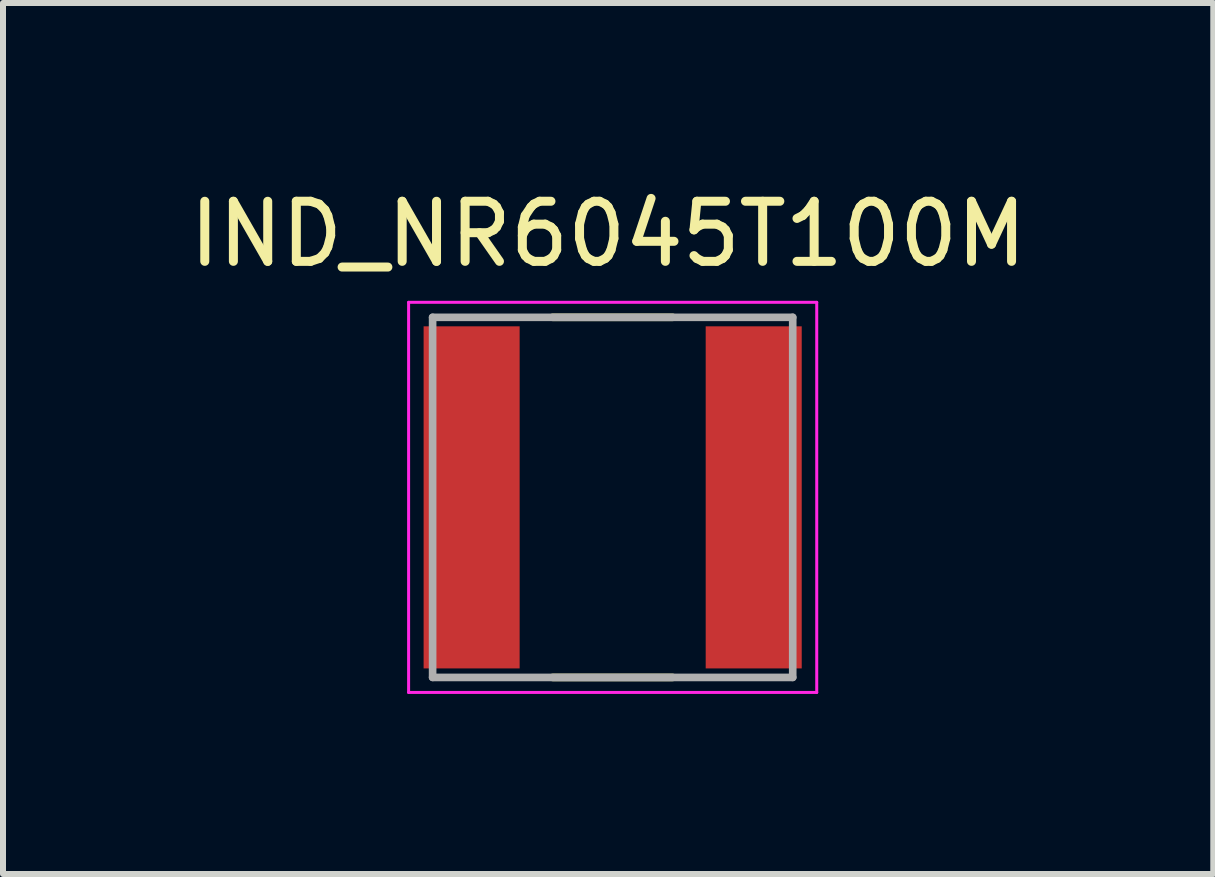
<source format=kicad_pcb>
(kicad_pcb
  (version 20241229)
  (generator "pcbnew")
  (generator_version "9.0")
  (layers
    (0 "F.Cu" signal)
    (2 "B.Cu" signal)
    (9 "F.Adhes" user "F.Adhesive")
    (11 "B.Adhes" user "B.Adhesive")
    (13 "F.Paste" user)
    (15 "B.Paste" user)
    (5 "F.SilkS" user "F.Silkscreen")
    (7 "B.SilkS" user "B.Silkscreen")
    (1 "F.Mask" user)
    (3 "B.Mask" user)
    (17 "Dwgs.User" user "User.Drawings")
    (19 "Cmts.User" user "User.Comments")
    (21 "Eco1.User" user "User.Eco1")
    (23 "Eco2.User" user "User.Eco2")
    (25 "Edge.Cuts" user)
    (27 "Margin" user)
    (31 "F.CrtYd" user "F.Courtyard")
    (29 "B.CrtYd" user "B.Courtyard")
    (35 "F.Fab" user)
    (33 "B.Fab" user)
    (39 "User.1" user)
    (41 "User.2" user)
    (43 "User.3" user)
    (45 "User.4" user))
  (footprint "IND_NR6045T100M"
    (layer "F.Cu")
    (at 7.158 5.237)
    (property "Reference" "IND_NR6045T100M" (at -0.075 -4.388 0) (layer "F.SilkS") (effects (font (size 1.001 1.001) (thickness 0.15))))
    (attr smd)
    (fp_line (start -1 -3) (end 1 -3) (stroke (width 0.127) (type solid)) (layer "F.SilkS"))
    (fp_line (start -1 3) (end 1 3) (stroke (width 0.127) (type solid)) (layer "F.SilkS"))
    (fp_line (start -3.4 -3.25) (end -3.4 3.25) (stroke (width 0.05) (type solid)) (layer "F.CrtYd"))
    (fp_line (start -3.4 3.25) (end 3.4 3.25) (stroke (width 0.05) (type solid)) (layer "F.CrtYd"))
    (fp_line (start 3.4 -3.25) (end -3.4 -3.25) (stroke (width 0.05) (type solid)) (layer "F.CrtYd"))
    (fp_line (start 3.4 3.25) (end 3.4 -3.25) (stroke (width 0.05) (type solid)) (layer "F.CrtYd"))
    (fp_line (start -3 -3) (end 3 -3) (stroke (width 0.127) (type solid)) (layer "F.Fab"))
    (fp_line (start -3 3) (end -3 -3) (stroke (width 0.127) (type solid)) (layer "F.Fab"))
    (fp_line (start 3 -3) (end 3 3) (stroke (width 0.127) (type solid)) (layer "F.Fab"))
    (fp_line (start 3 3) (end -3 3) (stroke (width 0.127) (type solid)) (layer "F.Fab"))
    (pad "1" smd rect (at -2.35 0) (size 1.6 5.7) (layers "F.Cu" "F.Mask" "F.Paste"))
    (pad "2" smd rect (at 2.35 0) (size 1.6 5.7) (layers "F.Cu" "F.Mask" "F.Paste")))
  (gr_rect
    (start -3 -3)
    (end 17.165 11.512)
    (stroke (width 0.1) (type default))
    (fill no)
    (layer "Edge.Cuts")))
</source>
